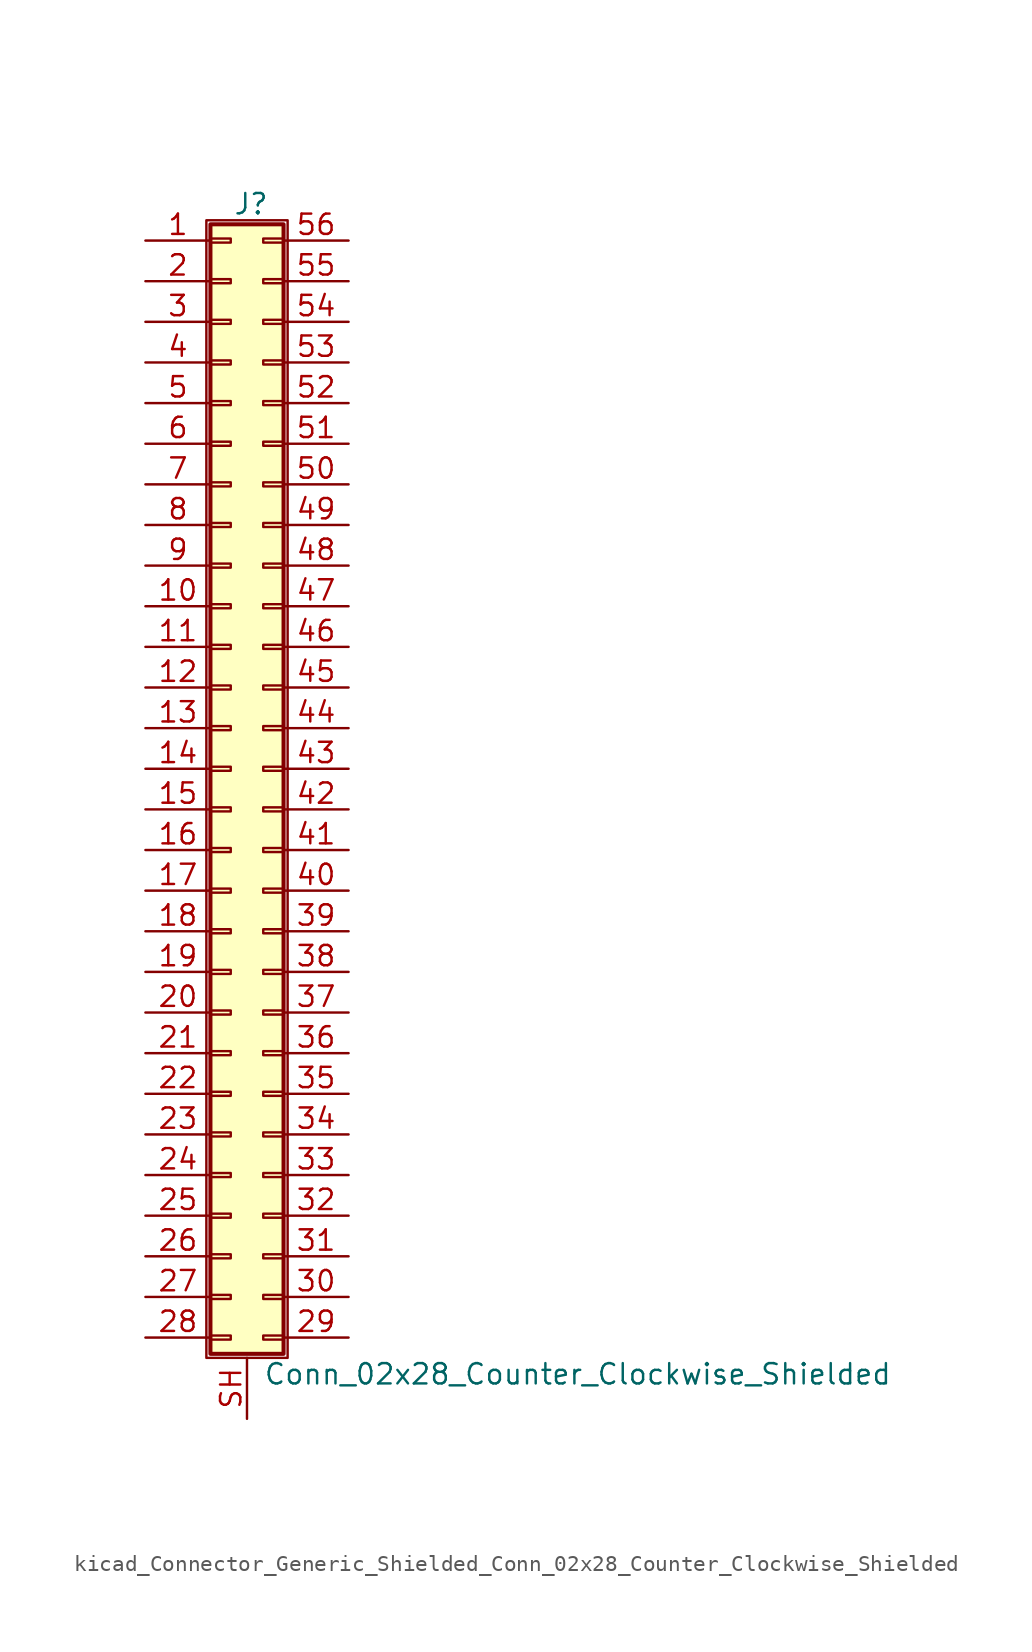
<source format=kicad_sym>
(kicad_symbol_lib
  (version 20220914)
  (generator kicad_symbol_editor)
  (symbol "kicad_Connector_Generic_Shielded_Conn_02x28_Counter_Clockwise_Shielded"
    (pin_names
      (offset 1.016) hide)
    (property "Reference" "J"
      (at 1.524 35.306 0)
      (effects (font (size 1.27 1.27))))
    (property "Value" "Conn_02x28_Counter_Clockwise_Shielded"
      (at 2.286 -37.846 0)
      (effects (font (size 1.27 1.27)) (justify left)))
    (symbol "kicad_Connector_Generic_Shielded_Conn_02x28_Counter_Clockwise_Shielded_1_1"
      (rectangle (start -1.27 34.29) (end 3.81 -36.83) (stroke (width 0.152) (type default)) (fill (type none)))
      (rectangle (start -1.016 -35.433) (end 0.254 -35.687) (stroke (width 0.152) (type default)) (fill (type none)))
      (rectangle (start -1.016 -32.893) (end 0.254 -33.147) (stroke (width 0.152) (type default)) (fill (type none)))
      (rectangle (start -1.016 -30.353) (end 0.254 -30.607) (stroke (width 0.152) (type default)) (fill (type none)))
      (rectangle (start -1.016 -27.813) (end 0.254 -28.067) (stroke (width 0.152) (type default)) (fill (type none)))
      (rectangle (start -1.016 -25.273) (end 0.254 -25.527) (stroke (width 0.152) (type default)) (fill (type none)))
      (rectangle (start -1.016 -22.733) (end 0.254 -22.987) (stroke (width 0.152) (type default)) (fill (type none)))
      (rectangle (start -1.016 -20.193) (end 0.254 -20.447) (stroke (width 0.152) (type default)) (fill (type none)))
      (rectangle (start -1.016 -17.653) (end 0.254 -17.907) (stroke (width 0.152) (type default)) (fill (type none)))
      (rectangle (start -1.016 -15.113) (end 0.254 -15.367) (stroke (width 0.152) (type default)) (fill (type none)))
      (rectangle (start -1.016 -12.573) (end 0.254 -12.827) (stroke (width 0.152) (type default)) (fill (type none)))
      (rectangle (start -1.016 -10.033) (end 0.254 -10.287) (stroke (width 0.152) (type default)) (fill (type none)))
      (rectangle (start -1.016 -7.493) (end 0.254 -7.747) (stroke (width 0.152) (type default)) (fill (type none)))
      (rectangle (start -1.016 -4.953) (end 0.254 -5.207) (stroke (width 0.152) (type default)) (fill (type none)))
      (rectangle (start -1.016 -2.413) (end 0.254 -2.667) (stroke (width 0.152) (type default)) (fill (type none)))
      (rectangle (start -1.016 0.127) (end 0.254 -0.127) (stroke (width 0.152) (type default)) (fill (type none)))
      (rectangle (start -1.016 2.667) (end 0.254 2.413) (stroke (width 0.152) (type default)) (fill (type none)))
      (rectangle (start -1.016 5.207) (end 0.254 4.953) (stroke (width 0.152) (type default)) (fill (type none)))
      (rectangle (start -1.016 7.747) (end 0.254 7.493) (stroke (width 0.152) (type default)) (fill (type none)))
      (rectangle (start -1.016 10.287) (end 0.254 10.033) (stroke (width 0.152) (type default)) (fill (type none)))
      (rectangle (start -1.016 12.827) (end 0.254 12.573) (stroke (width 0.152) (type default)) (fill (type none)))
      (rectangle (start -1.016 15.367) (end 0.254 15.113) (stroke (width 0.152) (type default)) (fill (type none)))
      (rectangle (start -1.016 17.907) (end 0.254 17.653) (stroke (width 0.152) (type default)) (fill (type none)))
      (rectangle (start -1.016 20.447) (end 0.254 20.193) (stroke (width 0.152) (type default)) (fill (type none)))
      (rectangle (start -1.016 22.987) (end 0.254 22.733) (stroke (width 0.152) (type default)) (fill (type none)))
      (rectangle (start -1.016 25.527) (end 0.254 25.273) (stroke (width 0.152) (type default)) (fill (type none)))
      (rectangle (start -1.016 28.067) (end 0.254 27.813) (stroke (width 0.152) (type default)) (fill (type none)))
      (rectangle (start -1.016 30.607) (end 0.254 30.353) (stroke (width 0.152) (type default)) (fill (type none)))
      (rectangle (start -1.016 33.147) (end 0.254 32.893) (stroke (width 0.152) (type default)) (fill (type none)))
      (rectangle (start -1.016 34.036) (end 3.556 -36.576) (stroke (width 0.254) (type default)) (fill (type background)))
      (rectangle (start 3.556 -35.433) (end 2.286 -35.687) (stroke (width 0.152) (type default)) (fill (type none)))
      (rectangle (start 3.556 -32.893) (end 2.286 -33.147) (stroke (width 0.152) (type default)) (fill (type none)))
      (rectangle (start 3.556 -30.353) (end 2.286 -30.607) (stroke (width 0.152) (type default)) (fill (type none)))
      (rectangle (start 3.556 -27.813) (end 2.286 -28.067) (stroke (width 0.152) (type default)) (fill (type none)))
      (rectangle (start 3.556 -25.273) (end 2.286 -25.527) (stroke (width 0.152) (type default)) (fill (type none)))
      (rectangle (start 3.556 -22.733) (end 2.286 -22.987) (stroke (width 0.152) (type default)) (fill (type none)))
      (rectangle (start 3.556 -20.193) (end 2.286 -20.447) (stroke (width 0.152) (type default)) (fill (type none)))
      (rectangle (start 3.556 -17.653) (end 2.286 -17.907) (stroke (width 0.152) (type default)) (fill (type none)))
      (rectangle (start 3.556 -15.113) (end 2.286 -15.367) (stroke (width 0.152) (type default)) (fill (type none)))
      (rectangle (start 3.556 -12.573) (end 2.286 -12.827) (stroke (width 0.152) (type default)) (fill (type none)))
      (rectangle (start 3.556 -10.033) (end 2.286 -10.287) (stroke (width 0.152) (type default)) (fill (type none)))
      (rectangle (start 3.556 -7.493) (end 2.286 -7.747) (stroke (width 0.152) (type default)) (fill (type none)))
      (rectangle (start 3.556 -4.953) (end 2.286 -5.207) (stroke (width 0.152) (type default)) (fill (type none)))
      (rectangle (start 3.556 -2.413) (end 2.286 -2.667) (stroke (width 0.152) (type default)) (fill (type none)))
      (rectangle (start 3.556 0.127) (end 2.286 -0.127) (stroke (width 0.152) (type default)) (fill (type none)))
      (rectangle (start 3.556 2.667) (end 2.286 2.413) (stroke (width 0.152) (type default)) (fill (type none)))
      (rectangle (start 3.556 5.207) (end 2.286 4.953) (stroke (width 0.152) (type default)) (fill (type none)))
      (rectangle (start 3.556 7.747) (end 2.286 7.493) (stroke (width 0.152) (type default)) (fill (type none)))
      (rectangle (start 3.556 10.287) (end 2.286 10.033) (stroke (width 0.152) (type default)) (fill (type none)))
      (rectangle (start 3.556 12.827) (end 2.286 12.573) (stroke (width 0.152) (type default)) (fill (type none)))
      (rectangle (start 3.556 15.367) (end 2.286 15.113) (stroke (width 0.152) (type default)) (fill (type none)))
      (rectangle (start 3.556 17.907) (end 2.286 17.653) (stroke (width 0.152) (type default)) (fill (type none)))
      (rectangle (start 3.556 20.447) (end 2.286 20.193) (stroke (width 0.152) (type default)) (fill (type none)))
      (rectangle (start 3.556 22.987) (end 2.286 22.733) (stroke (width 0.152) (type default)) (fill (type none)))
      (rectangle (start 3.556 25.527) (end 2.286 25.273) (stroke (width 0.152) (type default)) (fill (type none)))
      (rectangle (start 3.556 28.067) (end 2.286 27.813) (stroke (width 0.152) (type default)) (fill (type none)))
      (rectangle (start 3.556 30.607) (end 2.286 30.353) (stroke (width 0.152) (type default)) (fill (type none)))
      (rectangle (start 3.556 33.147) (end 2.286 32.893) (stroke (width 0.152) (type default)) (fill (type none)))
      (pin passive line (at -5.08 33.02 0) (length 4.064) (name "Pin_1" (effects (font (size 1.27 1.27)))) (number "1" (effects (font (size 1.27 1.27)))))
      (pin passive line (at -5.08 10.16 0) (length 4.064) (name "Pin_10" (effects (font (size 1.27 1.27)))) (number "10" (effects (font (size 1.27 1.27)))))
      (pin passive line (at -5.08 7.62 0) (length 4.064) (name "Pin_11" (effects (font (size 1.27 1.27)))) (number "11" (effects (font (size 1.27 1.27)))))
      (pin passive line (at -5.08 5.08 0) (length 4.064) (name "Pin_12" (effects (font (size 1.27 1.27)))) (number "12" (effects (font (size 1.27 1.27)))))
      (pin passive line (at -5.08 2.54 0) (length 4.064) (name "Pin_13" (effects (font (size 1.27 1.27)))) (number "13" (effects (font (size 1.27 1.27)))))
      (pin passive line (at -5.08 0 0) (length 4.064) (name "Pin_14" (effects (font (size 1.27 1.27)))) (number "14" (effects (font (size 1.27 1.27)))))
      (pin passive line (at -5.08 -2.54 0) (length 4.064) (name "Pin_15" (effects (font (size 1.27 1.27)))) (number "15" (effects (font (size 1.27 1.27)))))
      (pin passive line (at -5.08 -5.08 0) (length 4.064) (name "Pin_16" (effects (font (size 1.27 1.27)))) (number "16" (effects (font (size 1.27 1.27)))))
      (pin passive line (at -5.08 -7.62 0) (length 4.064) (name "Pin_17" (effects (font (size 1.27 1.27)))) (number "17" (effects (font (size 1.27 1.27)))))
      (pin passive line (at -5.08 -10.16 0) (length 4.064) (name "Pin_18" (effects (font (size 1.27 1.27)))) (number "18" (effects (font (size 1.27 1.27)))))
      (pin passive line (at -5.08 -12.7 0) (length 4.064) (name "Pin_19" (effects (font (size 1.27 1.27)))) (number "19" (effects (font (size 1.27 1.27)))))
      (pin passive line (at -5.08 30.48 0) (length 4.064) (name "Pin_2" (effects (font (size 1.27 1.27)))) (number "2" (effects (font (size 1.27 1.27)))))
      (pin passive line (at -5.08 -15.24 0) (length 4.064) (name "Pin_20" (effects (font (size 1.27 1.27)))) (number "20" (effects (font (size 1.27 1.27)))))
      (pin passive line (at -5.08 -17.78 0) (length 4.064) (name "Pin_21" (effects (font (size 1.27 1.27)))) (number "21" (effects (font (size 1.27 1.27)))))
      (pin passive line (at -5.08 -20.32 0) (length 4.064) (name "Pin_22" (effects (font (size 1.27 1.27)))) (number "22" (effects (font (size 1.27 1.27)))))
      (pin passive line (at -5.08 -22.86 0) (length 4.064) (name "Pin_23" (effects (font (size 1.27 1.27)))) (number "23" (effects (font (size 1.27 1.27)))))
      (pin passive line (at -5.08 -25.4 0) (length 4.064) (name "Pin_24" (effects (font (size 1.27 1.27)))) (number "24" (effects (font (size 1.27 1.27)))))
      (pin passive line (at -5.08 -27.94 0) (length 4.064) (name "Pin_25" (effects (font (size 1.27 1.27)))) (number "25" (effects (font (size 1.27 1.27)))))
      (pin passive line (at -5.08 -30.48 0) (length 4.064) (name "Pin_26" (effects (font (size 1.27 1.27)))) (number "26" (effects (font (size 1.27 1.27)))))
      (pin passive line (at -5.08 -33.02 0) (length 4.064) (name "Pin_27" (effects (font (size 1.27 1.27)))) (number "27" (effects (font (size 1.27 1.27)))))
      (pin passive line (at -5.08 -35.56 0) (length 4.064) (name "Pin_28" (effects (font (size 1.27 1.27)))) (number "28" (effects (font (size 1.27 1.27)))))
      (pin passive line (at 7.62 -35.56 180) (length 4.064) (name "Pin_29" (effects (font (size 1.27 1.27)))) (number "29" (effects (font (size 1.27 1.27)))))
      (pin passive line (at -5.08 27.94 0) (length 4.064) (name "Pin_3" (effects (font (size 1.27 1.27)))) (number "3" (effects (font (size 1.27 1.27)))))
      (pin passive line (at 7.62 -33.02 180) (length 4.064) (name "Pin_30" (effects (font (size 1.27 1.27)))) (number "30" (effects (font (size 1.27 1.27)))))
      (pin passive line (at 7.62 -30.48 180) (length 4.064) (name "Pin_31" (effects (font (size 1.27 1.27)))) (number "31" (effects (font (size 1.27 1.27)))))
      (pin passive line (at 7.62 -27.94 180) (length 4.064) (name "Pin_32" (effects (font (size 1.27 1.27)))) (number "32" (effects (font (size 1.27 1.27)))))
      (pin passive line (at 7.62 -25.4 180) (length 4.064) (name "Pin_33" (effects (font (size 1.27 1.27)))) (number "33" (effects (font (size 1.27 1.27)))))
      (pin passive line (at 7.62 -22.86 180) (length 4.064) (name "Pin_34" (effects (font (size 1.27 1.27)))) (number "34" (effects (font (size 1.27 1.27)))))
      (pin passive line (at 7.62 -20.32 180) (length 4.064) (name "Pin_35" (effects (font (size 1.27 1.27)))) (number "35" (effects (font (size 1.27 1.27)))))
      (pin passive line (at 7.62 -17.78 180) (length 4.064) (name "Pin_36" (effects (font (size 1.27 1.27)))) (number "36" (effects (font (size 1.27 1.27)))))
      (pin passive line (at 7.62 -15.24 180) (length 4.064) (name "Pin_37" (effects (font (size 1.27 1.27)))) (number "37" (effects (font (size 1.27 1.27)))))
      (pin passive line (at 7.62 -12.7 180) (length 4.064) (name "Pin_38" (effects (font (size 1.27 1.27)))) (number "38" (effects (font (size 1.27 1.27)))))
      (pin passive line (at 7.62 -10.16 180) (length 4.064) (name "Pin_39" (effects (font (size 1.27 1.27)))) (number "39" (effects (font (size 1.27 1.27)))))
      (pin passive line (at -5.08 25.4 0) (length 4.064) (name "Pin_4" (effects (font (size 1.27 1.27)))) (number "4" (effects (font (size 1.27 1.27)))))
      (pin passive line (at 7.62 -7.62 180) (length 4.064) (name "Pin_40" (effects (font (size 1.27 1.27)))) (number "40" (effects (font (size 1.27 1.27)))))
      (pin passive line (at 7.62 -5.08 180) (length 4.064) (name "Pin_41" (effects (font (size 1.27 1.27)))) (number "41" (effects (font (size 1.27 1.27)))))
      (pin passive line (at 7.62 -2.54 180) (length 4.064) (name "Pin_42" (effects (font (size 1.27 1.27)))) (number "42" (effects (font (size 1.27 1.27)))))
      (pin passive line (at 7.62 0 180) (length 4.064) (name "Pin_43" (effects (font (size 1.27 1.27)))) (number "43" (effects (font (size 1.27 1.27)))))
      (pin passive line (at 7.62 2.54 180) (length 4.064) (name "Pin_44" (effects (font (size 1.27 1.27)))) (number "44" (effects (font (size 1.27 1.27)))))
      (pin passive line (at 7.62 5.08 180) (length 4.064) (name "Pin_45" (effects (font (size 1.27 1.27)))) (number "45" (effects (font (size 1.27 1.27)))))
      (pin passive line (at 7.62 7.62 180) (length 4.064) (name "Pin_46" (effects (font (size 1.27 1.27)))) (number "46" (effects (font (size 1.27 1.27)))))
      (pin passive line (at 7.62 10.16 180) (length 4.064) (name "Pin_47" (effects (font (size 1.27 1.27)))) (number "47" (effects (font (size 1.27 1.27)))))
      (pin passive line (at 7.62 12.7 180) (length 4.064) (name "Pin_48" (effects (font (size 1.27 1.27)))) (number "48" (effects (font (size 1.27 1.27)))))
      (pin passive line (at 7.62 15.24 180) (length 4.064) (name "Pin_49" (effects (font (size 1.27 1.27)))) (number "49" (effects (font (size 1.27 1.27)))))
      (pin passive line (at -5.08 22.86 0) (length 4.064) (name "Pin_5" (effects (font (size 1.27 1.27)))) (number "5" (effects (font (size 1.27 1.27)))))
      (pin passive line (at 7.62 17.78 180) (length 4.064) (name "Pin_50" (effects (font (size 1.27 1.27)))) (number "50" (effects (font (size 1.27 1.27)))))
      (pin passive line (at 7.62 20.32 180) (length 4.064) (name "Pin_51" (effects (font (size 1.27 1.27)))) (number "51" (effects (font (size 1.27 1.27)))))
      (pin passive line (at 7.62 22.86 180) (length 4.064) (name "Pin_52" (effects (font (size 1.27 1.27)))) (number "52" (effects (font (size 1.27 1.27)))))
      (pin passive line (at 7.62 25.4 180) (length 4.064) (name "Pin_53" (effects (font (size 1.27 1.27)))) (number "53" (effects (font (size 1.27 1.27)))))
      (pin passive line (at 7.62 27.94 180) (length 4.064) (name "Pin_54" (effects (font (size 1.27 1.27)))) (number "54" (effects (font (size 1.27 1.27)))))
      (pin passive line (at 7.62 30.48 180) (length 4.064) (name "Pin_55" (effects (font (size 1.27 1.27)))) (number "55" (effects (font (size 1.27 1.27)))))
      (pin passive line (at 7.62 33.02 180) (length 4.064) (name "Pin_56" (effects (font (size 1.27 1.27)))) (number "56" (effects (font (size 1.27 1.27)))))
      (pin passive line (at -5.08 20.32 0) (length 4.064) (name "Pin_6" (effects (font (size 1.27 1.27)))) (number "6" (effects (font (size 1.27 1.27)))))
      (pin passive line (at -5.08 17.78 0) (length 4.064) (name "Pin_7" (effects (font (size 1.27 1.27)))) (number "7" (effects (font (size 1.27 1.27)))))
      (pin passive line (at -5.08 15.24 0) (length 4.064) (name "Pin_8" (effects (font (size 1.27 1.27)))) (number "8" (effects (font (size 1.27 1.27)))))
      (pin passive line (at -5.08 12.7 0) (length 4.064) (name "Pin_9" (effects (font (size 1.27 1.27)))) (number "9" (effects (font (size 1.27 1.27)))))
      (pin passive line (at 1.27 -40.64 90) (length 3.81) (name "Shield" (effects (font (size 1.27 1.27)))) (number "SH" (effects (font (size 1.27 1.27))))))))
</source>
